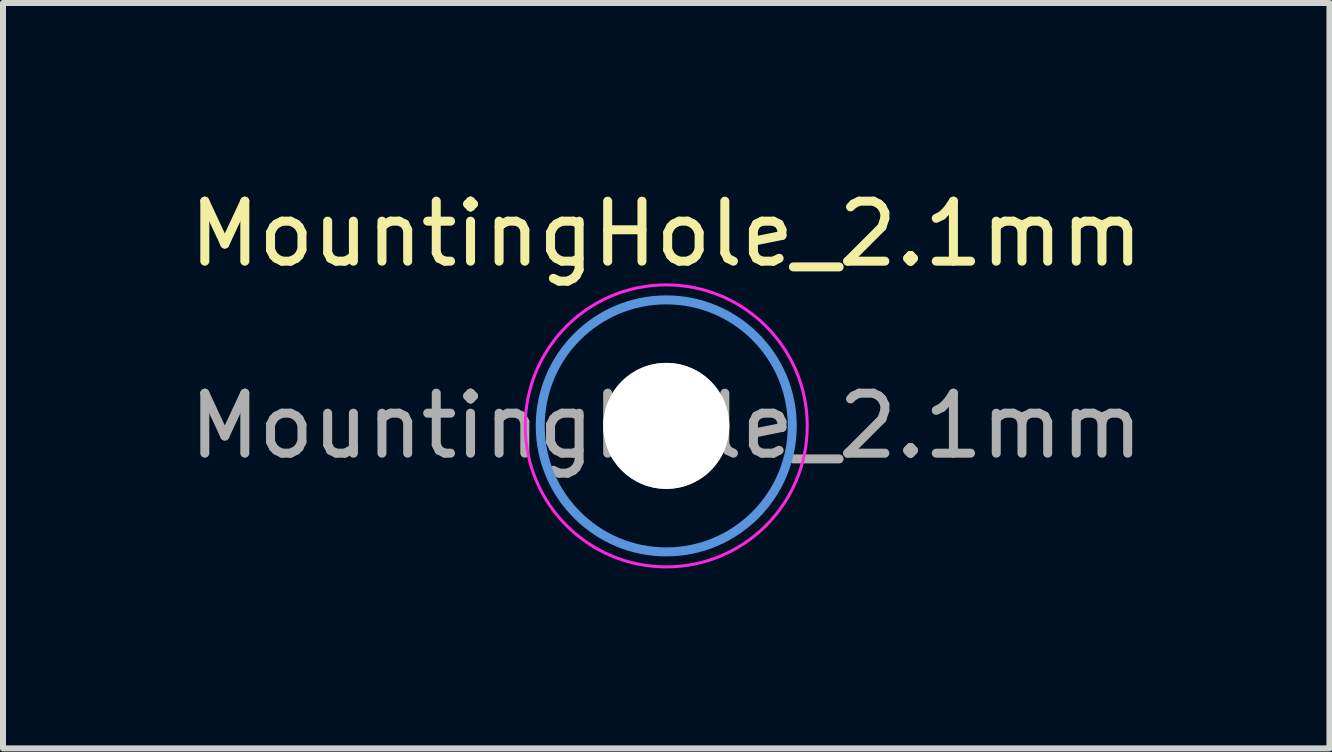
<source format=kicad_pcb>
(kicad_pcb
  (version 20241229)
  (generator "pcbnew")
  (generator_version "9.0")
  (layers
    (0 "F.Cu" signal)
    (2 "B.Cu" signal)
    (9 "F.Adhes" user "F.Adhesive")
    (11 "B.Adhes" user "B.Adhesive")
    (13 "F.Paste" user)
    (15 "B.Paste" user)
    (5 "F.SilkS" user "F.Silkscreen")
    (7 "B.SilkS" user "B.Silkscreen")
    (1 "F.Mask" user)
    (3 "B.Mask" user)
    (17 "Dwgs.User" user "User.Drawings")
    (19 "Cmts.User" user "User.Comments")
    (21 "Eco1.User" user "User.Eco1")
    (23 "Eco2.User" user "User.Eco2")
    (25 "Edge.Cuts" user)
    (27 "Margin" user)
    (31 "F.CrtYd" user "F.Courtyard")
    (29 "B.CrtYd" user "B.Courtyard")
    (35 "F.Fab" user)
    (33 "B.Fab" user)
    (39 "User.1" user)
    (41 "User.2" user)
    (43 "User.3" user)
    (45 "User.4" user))
  (footprint "MountingHole_2.1mm"
    (layer "F.Cu")
    (at 8.054 4.048)
    (property "Reference" "MountingHole_2.1mm" (at 0 -3.2 0) (layer "F.SilkS") (effects (font (size 1 1) (thickness 0.15))))
    (attr exclude_from_pos_files exclude_from_bom)
    (fp_circle (center 0 0) (end 2.1 0) (stroke (width 0.15) (type solid)) (fill no) (layer "Cmts.User"))
    (fp_circle (center 0 0) (end 2.35 0) (stroke (width 0.05) (type solid)) (fill no) (layer "F.CrtYd"))
    (fp_text user "${REFERENCE}" (at 0 0 0) (layer "F.Fab") (effects (font (size 1 1) (thickness 0.15))))
    (pad "" np_thru_hole circle (at 0 0) (size 2.1 2.1) (drill 2.1) (layers "*.Cu" "*.Mask" "Dwgs.User")))
  (gr_rect
    (start -3 -3)
    (end 19.107 9.423)
    (stroke (width 0.1) (type default))
    (fill no)
    (layer "Edge.Cuts")))
</source>
